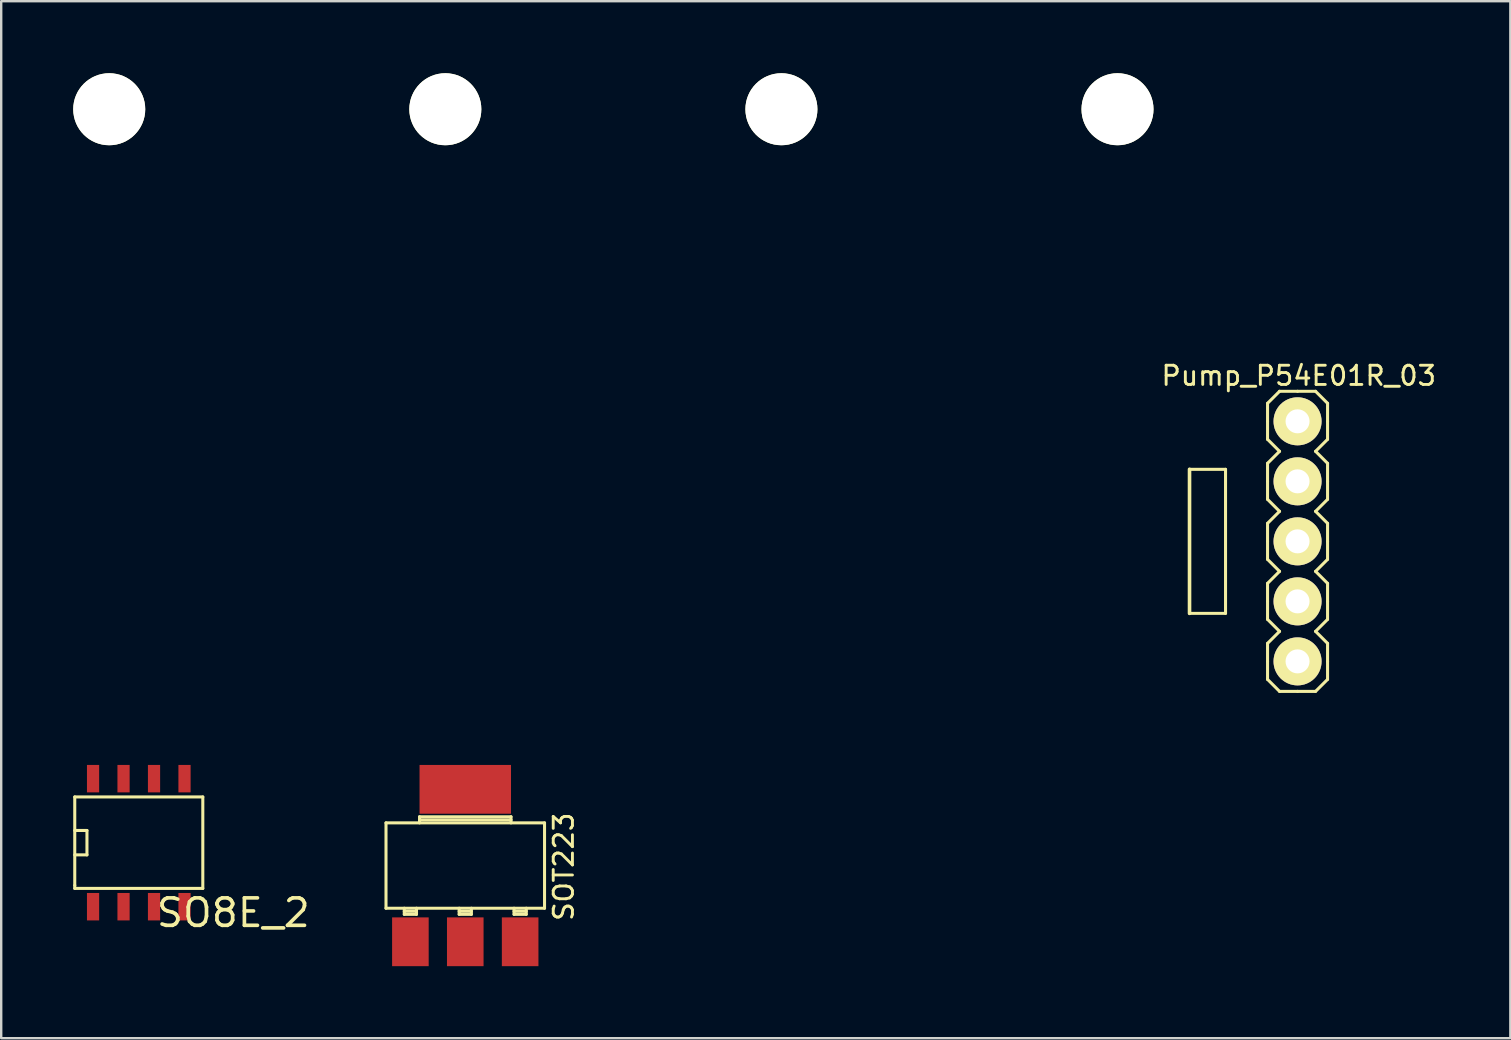
<source format=kicad_pcb>
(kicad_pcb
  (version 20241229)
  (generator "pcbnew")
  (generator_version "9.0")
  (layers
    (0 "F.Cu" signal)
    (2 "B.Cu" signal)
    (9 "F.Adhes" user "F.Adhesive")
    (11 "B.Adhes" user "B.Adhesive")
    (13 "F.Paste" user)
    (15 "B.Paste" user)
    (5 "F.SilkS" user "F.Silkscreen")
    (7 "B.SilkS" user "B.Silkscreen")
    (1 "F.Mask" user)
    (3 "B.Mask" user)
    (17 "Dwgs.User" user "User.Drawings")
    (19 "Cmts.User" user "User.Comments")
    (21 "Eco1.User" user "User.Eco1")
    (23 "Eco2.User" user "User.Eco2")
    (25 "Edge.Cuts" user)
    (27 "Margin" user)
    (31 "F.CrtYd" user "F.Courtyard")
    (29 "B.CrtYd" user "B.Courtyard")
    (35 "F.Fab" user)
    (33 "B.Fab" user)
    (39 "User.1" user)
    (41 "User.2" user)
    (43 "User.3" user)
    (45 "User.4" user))
  (footprint "Pump_P54E01R_03"
    (layer "F.Cu")
    (at 26.5 19.5)
    (property "Reference" "Pump_P54E01R_03" (at 24.55 -6.9 180) (layer "F.SilkS") (effects (font (size 0.8 0.8) (thickness 0.12))))
    (attr through_hole)
    (fp_line (start 20 -3) (end 20 3) (stroke (width 0.15) (type solid)) (layer "F.SilkS"))
    (fp_line (start 20 -3) (end 21.5 -3) (stroke (width 0.127) (type solid)) (layer "F.SilkS"))
    (fp_line (start 21.5 -3) (end 21.5 3) (stroke (width 0.127) (type solid)) (layer "F.SilkS"))
    (fp_line (start 21.5 3) (end 20 3) (stroke (width 0.127) (type solid)) (layer "F.SilkS"))
    (fp_line (start 23.25 -5.75) (end 23.25 -5) (stroke (width 0.127) (type solid)) (layer "F.SilkS"))
    (fp_line (start 23.25 -5) (end 23.25 -4.25) (stroke (width 0.127) (type solid)) (layer "F.SilkS"))
    (fp_line (start 23.25 -4.25) (end 23.75 -3.75) (stroke (width 0.127) (type solid)) (layer "F.SilkS"))
    (fp_line (start 23.25 -3.25) (end 23.25 -2.5) (stroke (width 0.127) (type solid)) (layer "F.SilkS"))
    (fp_line (start 23.25 -2.5) (end 23.25 -1.75) (stroke (width 0.127) (type solid)) (layer "F.SilkS"))
    (fp_line (start 23.25 -1.75) (end 23.75 -1.25) (stroke (width 0.127) (type solid)) (layer "F.SilkS"))
    (fp_line (start 23.25 -0.75) (end 23.25 0) (stroke (width 0.127) (type solid)) (layer "F.SilkS"))
    (fp_line (start 23.25 0) (end 23.25 0.75) (stroke (width 0.127) (type solid)) (layer "F.SilkS"))
    (fp_line (start 23.25 0.75) (end 23.75 1.25) (stroke (width 0.127) (type solid)) (layer "F.SilkS"))
    (fp_line (start 23.25 1.75) (end 23.25 2.5) (stroke (width 0.127) (type solid)) (layer "F.SilkS"))
    (fp_line (start 23.25 2.5) (end 23.25 3.25) (stroke (width 0.127) (type solid)) (layer "F.SilkS"))
    (fp_line (start 23.25 3.25) (end 23.75 3.75) (stroke (width 0.127) (type solid)) (layer "F.SilkS"))
    (fp_line (start 23.25 4.25) (end 23.25 5) (stroke (width 0.127) (type solid)) (layer "F.SilkS"))
    (fp_line (start 23.25 5) (end 23.25 5.75) (stroke (width 0.127) (type solid)) (layer "F.SilkS"))
    (fp_line (start 23.25 5.75) (end 23.75 6.25) (stroke (width 0.127) (type solid)) (layer "F.SilkS"))
    (fp_line (start 23.75 -6.25) (end 23.25 -5.75) (stroke (width 0.127) (type solid)) (layer "F.SilkS"))
    (fp_line (start 23.75 -3.75) (end 23.25 -3.25) (stroke (width 0.127) (type solid)) (layer "F.SilkS"))
    (fp_line (start 23.75 -1.25) (end 23.25 -0.75) (stroke (width 0.127) (type solid)) (layer "F.SilkS"))
    (fp_line (start 23.75 1.25) (end 23.25 1.75) (stroke (width 0.127) (type solid)) (layer "F.SilkS"))
    (fp_line (start 23.75 3.75) (end 23.25 4.25) (stroke (width 0.127) (type solid)) (layer "F.SilkS"))
    (fp_line (start 23.75 6.25) (end 24.5 6.25) (stroke (width 0.127) (type solid)) (layer "F.SilkS"))
    (fp_line (start 24.5 -6.25) (end 23.75 -6.25) (stroke (width 0.127) (type solid)) (layer "F.SilkS"))
    (fp_line (start 24.5 6.25) (end 25.25 6.25) (stroke (width 0.127) (type solid)) (layer "F.SilkS"))
    (fp_line (start 25.25 -6.25) (end 24.5 -6.25) (stroke (width 0.127) (type solid)) (layer "F.SilkS"))
    (fp_line (start 25.25 -3.75) (end 25.75 -4.25) (stroke (width 0.127) (type solid)) (layer "F.SilkS"))
    (fp_line (start 25.25 -1.25) (end 25.75 -1.75) (stroke (width 0.127) (type solid)) (layer "F.SilkS"))
    (fp_line (start 25.25 1.25) (end 25.75 0.75) (stroke (width 0.127) (type solid)) (layer "F.SilkS"))
    (fp_line (start 25.25 3.75) (end 25.75 3.25) (stroke (width 0.127) (type solid)) (layer "F.SilkS"))
    (fp_line (start 25.25 6.25) (end 25.75 5.75) (stroke (width 0.127) (type solid)) (layer "F.SilkS"))
    (fp_line (start 25.75 -5.75) (end 25.25 -6.25) (stroke (width 0.127) (type solid)) (layer "F.SilkS"))
    (fp_line (start 25.75 -5) (end 25.75 -5.75) (stroke (width 0.127) (type solid)) (layer "F.SilkS"))
    (fp_line (start 25.75 -4.25) (end 25.75 -5) (stroke (width 0.127) (type solid)) (layer "F.SilkS"))
    (fp_line (start 25.75 -3.25) (end 25.25 -3.75) (stroke (width 0.127) (type solid)) (layer "F.SilkS"))
    (fp_line (start 25.75 -2.5) (end 25.75 -3.25) (stroke (width 0.127) (type solid)) (layer "F.SilkS"))
    (fp_line (start 25.75 -1.75) (end 25.75 -2.5) (stroke (width 0.127) (type solid)) (layer "F.SilkS"))
    (fp_line (start 25.75 -0.75) (end 25.25 -1.25) (stroke (width 0.127) (type solid)) (layer "F.SilkS"))
    (fp_line (start 25.75 0) (end 25.75 -0.75) (stroke (width 0.127) (type solid)) (layer "F.SilkS"))
    (fp_line (start 25.75 0.75) (end 25.75 0) (stroke (width 0.127) (type solid)) (layer "F.SilkS"))
    (fp_line (start 25.75 1.75) (end 25.25 1.25) (stroke (width 0.127) (type solid)) (layer "F.SilkS"))
    (fp_line (start 25.75 2.5) (end 25.75 1.75) (stroke (width 0.127) (type solid)) (layer "F.SilkS"))
    (fp_line (start 25.75 3.25) (end 25.75 2.5) (stroke (width 0.127) (type solid)) (layer "F.SilkS"))
    (fp_line (start 25.75 4.25) (end 25.25 3.75) (stroke (width 0.127) (type solid)) (layer "F.SilkS"))
    (fp_line (start 25.75 5) (end 25.75 4.25) (stroke (width 0.127) (type solid)) (layer "F.SilkS"))
    (fp_line (start 25.75 5.75) (end 25.75 5) (stroke (width 0.127) (type solid)) (layer "F.SilkS"))
    (pad "" np_thru_hole circle (at -25 -18) (size 3 3) (drill 3) (layers "*.Cu" "*.Mask" "F.SilkS"))
    (pad "" np_thru_hole circle (at -11 -18) (size 3 3) (drill 3) (layers "*.Cu" "*.Mask" "F.SilkS"))
    (pad "" np_thru_hole circle (at 3 -18) (size 3 3) (drill 3) (layers "*.Cu" "*.Mask" "F.SilkS"))
    (pad "" np_thru_hole circle (at 17 -18) (size 3 3) (drill 3) (layers "*.Cu" "*.Mask" "F.SilkS"))
    (pad "1" thru_hole circle (at 24.5 -5) (size 2 2) (drill 1) (layers "*.Cu" "*.Mask" "F.SilkS"))
    (pad "2" thru_hole circle (at 24.5 -2.5) (size 2 2) (drill 1) (layers "*.Cu" "*.Mask" "F.SilkS"))
    (pad "3" thru_hole circle (at 24.5 0) (size 2 2) (drill 1) (layers "*.Cu" "*.Mask" "F.SilkS"))
    (pad "4" thru_hole circle (at 24.5 2.5) (size 2 2) (drill 1) (layers "*.Cu" "*.Mask" "F.SilkS"))
    (pad "5" thru_hole circle (at 24.5 5) (size 2 2) (drill 1) (layers "*.Cu" "*.Mask" "F.SilkS")))
  (footprint "SO8E_2"
    (layer "F.Cu")
    (at 2.731 32.052)
    (property "Reference" "SO8E_2" (at 3.937 2.921 0) (layer "F.SilkS") (effects (font (size 1.143 1.143) (thickness 0.152))))
    (attr smd)
    (fp_line (start -2.667 -1.905) (end -2.667 1.778) (stroke (width 0.127) (type solid)) (layer "F.SilkS"))
    (fp_line (start -2.667 -0.508) (end -2.159 -0.508) (stroke (width 0.127) (type solid)) (layer "F.SilkS"))
    (fp_line (start -2.667 1.778) (end -2.667 1.905) (stroke (width 0.127) (type solid)) (layer "F.SilkS"))
    (fp_line (start -2.667 1.905) (end 2.667 1.905) (stroke (width 0.127) (type solid)) (layer "F.SilkS"))
    (fp_line (start -2.159 -0.508) (end -2.159 0.508) (stroke (width 0.127) (type solid)) (layer "F.SilkS"))
    (fp_line (start -2.159 0.508) (end -2.667 0.508) (stroke (width 0.127) (type solid)) (layer "F.SilkS"))
    (fp_line (start 2.667 -1.905) (end -2.667 -1.905) (stroke (width 0.127) (type solid)) (layer "F.SilkS"))
    (fp_line (start 2.667 -1.905) (end 2.667 1.905) (stroke (width 0.127) (type solid)) (layer "F.SilkS"))
    (pad "1" smd rect (at -1.905 2.667) (size 0.508 1.143) (layers "F.Cu" "F.Mask" "F.Paste"))
    (pad "2" smd rect (at -0.635 2.667) (size 0.508 1.143) (layers "F.Cu" "F.Mask" "F.Paste"))
    (pad "3" smd rect (at 0.635 2.667) (size 0.508 1.143) (layers "F.Cu" "F.Mask" "F.Paste"))
    (pad "4" smd rect (at 1.905 2.667) (size 0.508 1.143) (layers "F.Cu" "F.Mask" "F.Paste"))
    (pad "5" smd rect (at 1.905 -2.667) (size 0.508 1.143) (layers "F.Cu" "F.Mask" "F.Paste"))
    (pad "6" smd rect (at 0.635 -2.667) (size 0.508 1.143) (layers "F.Cu" "F.Mask" "F.Paste"))
    (pad "7" smd rect (at -0.635 -2.667) (size 0.508 1.143) (layers "F.Cu" "F.Mask" "F.Paste"))
    (pad "8" smd rect (at -1.905 -2.667) (size 0.508 1.143) (layers "F.Cu" "F.Mask" "F.Paste")))
  (footprint "SOT223"
    (layer "F.Cu")
    (at 16.331 33.005)
    (property "Reference" "SOT223" (at 4.1 0.05 90) (layer "F.SilkS") (effects (font (size 0.8 0.8) (thickness 0.12))))
    (attr smd)
    (fp_line (start -3.302 -1.778) (end 3.302 -1.778) (stroke (width 0.127) (type solid)) (layer "F.SilkS"))
    (fp_line (start -3.302 1.778) (end -3.302 -1.778) (stroke (width 0.127) (type solid)) (layer "F.SilkS"))
    (fp_line (start -2.54 1.778) (end -2.54 2.032) (stroke (width 0.127) (type solid)) (layer "F.SilkS"))
    (fp_line (start -2.54 2.032) (end -2.032 2.032) (stroke (width 0.127) (type solid)) (layer "F.SilkS"))
    (fp_line (start -2.032 1.905) (end -2.54 1.905) (stroke (width 0.127) (type solid)) (layer "F.SilkS"))
    (fp_line (start -2.032 2.032) (end -2.032 1.778) (stroke (width 0.127) (type solid)) (layer "F.SilkS"))
    (fp_line (start -1.905 -2.032) (end 1.905 -2.032) (stroke (width 0.127) (type solid)) (layer "F.SilkS"))
    (fp_line (start -1.905 -1.778) (end -1.905 -2.032) (stroke (width 0.127) (type solid)) (layer "F.SilkS"))
    (fp_line (start -0.254 1.778) (end -0.254 2.032) (stroke (width 0.127) (type solid)) (layer "F.SilkS"))
    (fp_line (start -0.254 2.032) (end 0.254 2.032) (stroke (width 0.127) (type solid)) (layer "F.SilkS"))
    (fp_line (start 0.254 1.905) (end -0.254 1.905) (stroke (width 0.127) (type solid)) (layer "F.SilkS"))
    (fp_line (start 0.254 2.032) (end 0.254 1.778) (stroke (width 0.127) (type solid)) (layer "F.SilkS"))
    (fp_line (start 1.905 -2.032) (end 1.905 -1.778) (stroke (width 0.127) (type solid)) (layer "F.SilkS"))
    (fp_line (start 1.905 -1.905) (end -1.905 -1.905) (stroke (width 0.127) (type solid)) (layer "F.SilkS"))
    (fp_line (start 2.032 1.778) (end 2.032 2.032) (stroke (width 0.127) (type solid)) (layer "F.SilkS"))
    (fp_line (start 2.032 2.032) (end 2.54 2.032) (stroke (width 0.127) (type solid)) (layer "F.SilkS"))
    (fp_line (start 2.54 1.905) (end 2.032 1.905) (stroke (width 0.127) (type solid)) (layer "F.SilkS"))
    (fp_line (start 2.54 2.032) (end 2.54 1.778) (stroke (width 0.127) (type solid)) (layer "F.SilkS"))
    (fp_line (start 3.302 -1.778) (end 3.302 1.778) (stroke (width 0.127) (type solid)) (layer "F.SilkS"))
    (fp_line (start 3.302 1.778) (end -3.302 1.778) (stroke (width 0.127) (type solid)) (layer "F.SilkS"))
    (pad "1" smd rect (at -2.286 3.175) (size 1.524 2.032) (layers "F.Cu" "F.Mask" "F.Paste"))
    (pad "2" smd rect (at 0 -3.175) (size 3.81 2.032) (layers "F.Cu" "F.Mask" "F.Paste"))
    (pad "2" smd rect (at 0 3.175) (size 1.524 2.032) (layers "F.Cu" "F.Mask" "F.Paste"))
    (pad "3" smd rect (at 2.286 3.175) (size 1.524 2.032) (layers "F.Cu" "F.Mask" "F.Paste")))
  (gr_rect
    (start -3 -3)
    (end 59.864 40.196)
    (stroke (width 0.1) (type default))
    (fill no)
    (layer "Edge.Cuts")))
</source>
